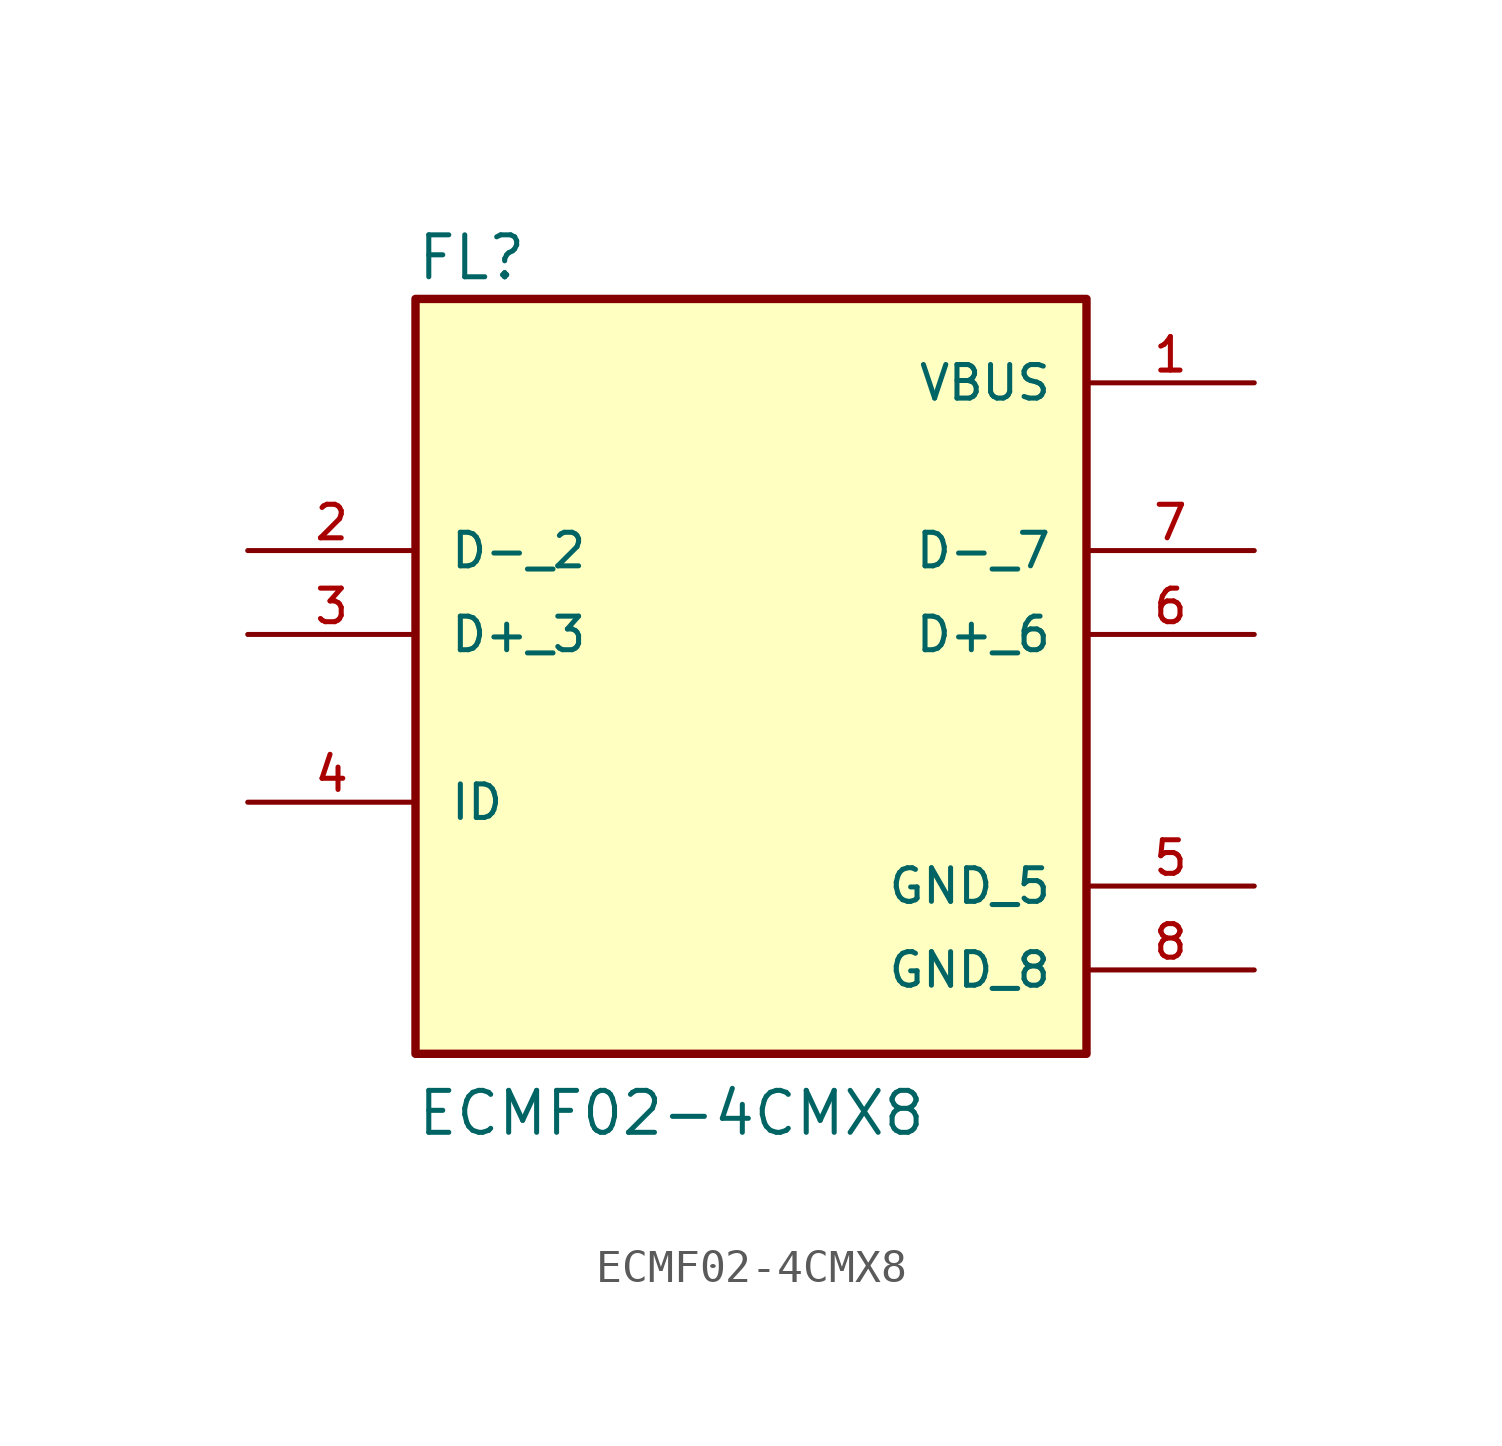
<source format=kicad_sym>
(kicad_symbol_lib
  (version 20211014)
  (generator kicad_symbol_editor)
  (symbol "ECMF02-4CMX8"
    (pin_names
      (offset 1.016))
    (property "Reference" "FL"
      (at -10.16 10.668 0)
      (effects (font (size 1.27 1.27)) (justify bottom left)))
    (property "Value" "ECMF02-4CMX8"
      (at -10.16 -15.24 0)
      (effects (font (size 1.27 1.27)) (justify bottom left)))
    (symbol "ECMF02-4CMX8_0_0"
      (rectangle (start -10.16 -12.7) (end 10.16 10.16) (stroke (width 0.254)) (fill (type background)))
      (pin power_in line (at 15.24 7.62 180.0) (length 5.08) (name "VBUS" (effects (font (size 1.016 1.016)))) (number "1" (effects (font (size 1.016 1.016)))))
      (pin bidirectional line (at -15.24 2.54 0) (length 5.08) (name "D-_2" (effects (font (size 1.016 1.016)))) (number "2" (effects (font (size 1.016 1.016)))))
      (pin bidirectional line (at -15.24 0.0 0) (length 5.08) (name "D+_3" (effects (font (size 1.016 1.016)))) (number "3" (effects (font (size 1.016 1.016)))))
      (pin passive line (at -15.24 -5.08 0) (length 5.08) (name "ID" (effects (font (size 1.016 1.016)))) (number "4" (effects (font (size 1.016 1.016)))))
      (pin power_in line (at 15.24 -10.16 180.0) (length 5.08) (name "GND_8" (effects (font (size 1.016 1.016)))) (number "8" (effects (font (size 1.016 1.016)))))
      (pin bidirectional line (at 15.24 2.54 180.0) (length 5.08) (name "D-_7" (effects (font (size 1.016 1.016)))) (number "7" (effects (font (size 1.016 1.016)))))
      (pin bidirectional line (at 15.24 0.0 180.0) (length 5.08) (name "D+_6" (effects (font (size 1.016 1.016)))) (number "6" (effects (font (size 1.016 1.016)))))
      (pin power_in line (at 15.24 -7.62 180.0) (length 5.08) (name "GND_5" (effects (font (size 1.016 1.016)))) (number "5" (effects (font (size 1.016 1.016))))))))
</source>
